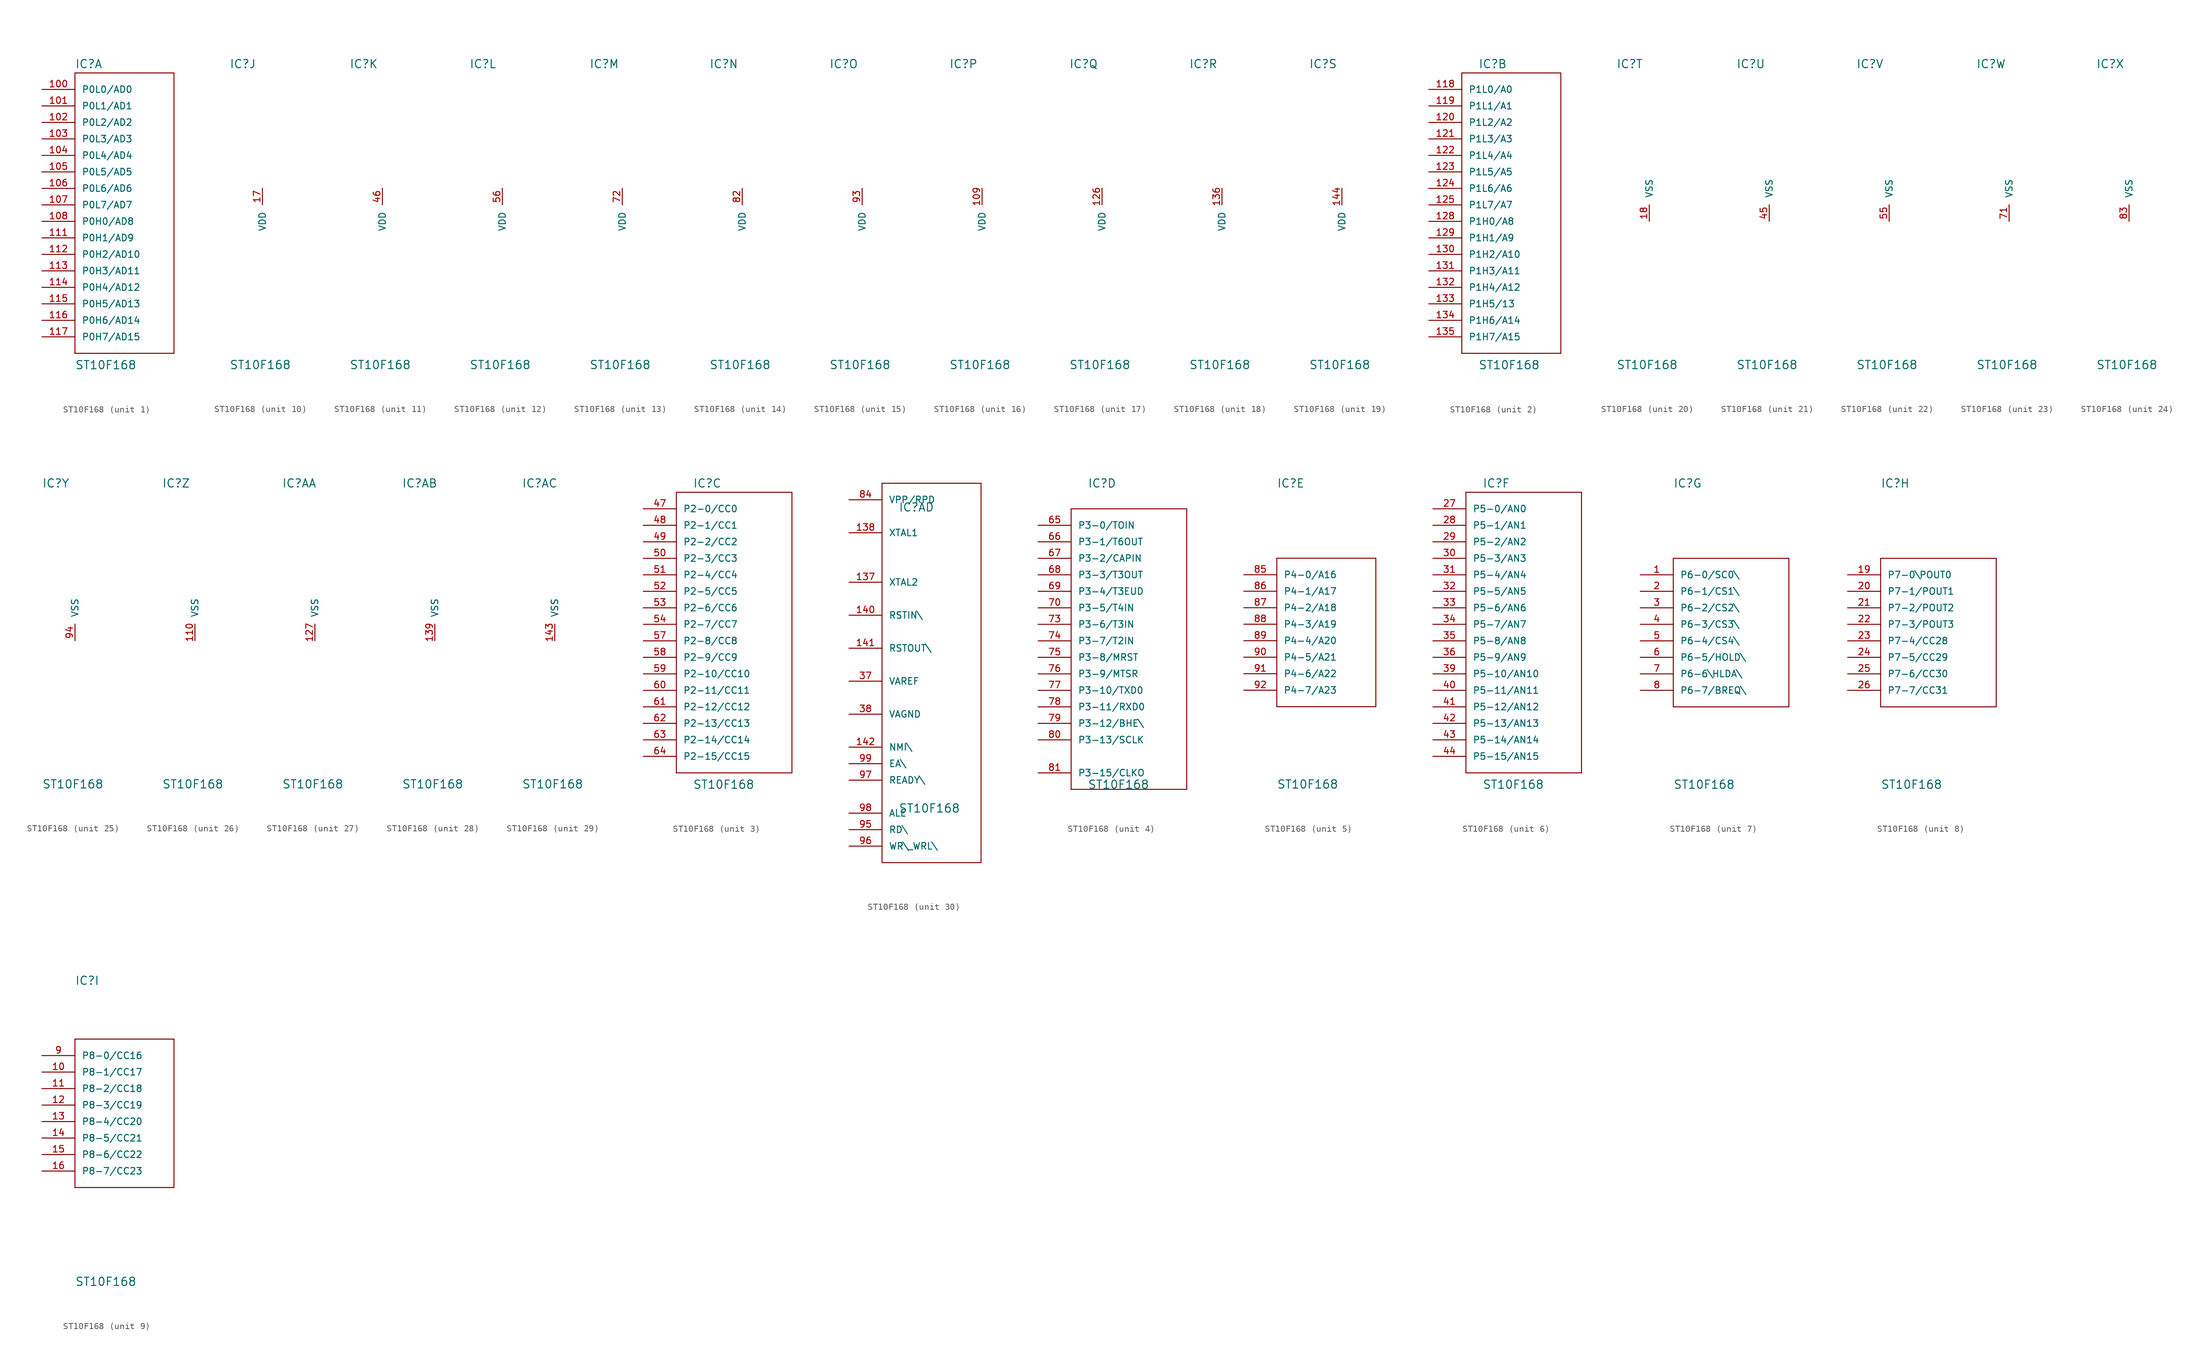
<source format=kicad_sym>
(kicad_symbol_lib
  (version 20211014)
  (generator kicad_symbol_editor)
  (symbol "ST10F168"
    (pin_names
      (offset 1.016))
    (property "Reference" "IC"
      (at -5.08 20.955 0)
      (effects (font (size 1.27 1.27)) (justify left bottom)))
    (property "Value" "ST10F168"
      (at -5.08 -25.4 0)
      (effects (font (size 1.27 1.27)) (justify left bottom)))
    (property "ki_locked" ""
      (at 0 0 0)
      (effects (font (size 1.27 1.27))))
    (symbol "ST10F168_1_0"
      (polyline (pts (xy -5.08 -22.86) (xy 10.16 -22.86)) (stroke (width 0) (type default) (color 0 0 0 0)) (fill (type none)))
      (polyline (pts (xy -5.08 20.32) (xy -5.08 -22.86)) (stroke (width 0) (type default) (color 0 0 0 0)) (fill (type none)))
      (polyline (pts (xy 10.16 -22.86) (xy 10.16 20.32)) (stroke (width 0) (type default) (color 0 0 0 0)) (fill (type none)))
      (polyline (pts (xy 10.16 20.32) (xy -5.08 20.32)) (stroke (width 0) (type default) (color 0 0 0 0)) (fill (type none))))
    (symbol "ST10F168_1_1"
      (pin bidirectional line (at -10.16 17.78 0) (length 5.08) (name "P0L0/AD0" (effects (font (size 1.016 1.016)))) (number "100" (effects (font (size 1.016 1.016)))))
      (pin bidirectional line (at -10.16 15.24 0) (length 5.08) (name "P0L1/AD1" (effects (font (size 1.016 1.016)))) (number "101" (effects (font (size 1.016 1.016)))))
      (pin bidirectional line (at -10.16 12.7 0) (length 5.08) (name "P0L2/AD2" (effects (font (size 1.016 1.016)))) (number "102" (effects (font (size 1.016 1.016)))))
      (pin bidirectional line (at -10.16 10.16 0) (length 5.08) (name "P0L3/AD3" (effects (font (size 1.016 1.016)))) (number "103" (effects (font (size 1.016 1.016)))))
      (pin bidirectional line (at -10.16 7.62 0) (length 5.08) (name "P0L4/AD4" (effects (font (size 1.016 1.016)))) (number "104" (effects (font (size 1.016 1.016)))))
      (pin bidirectional line (at -10.16 5.08 0) (length 5.08) (name "P0L5/AD5" (effects (font (size 1.016 1.016)))) (number "105" (effects (font (size 1.016 1.016)))))
      (pin bidirectional line (at -10.16 2.54 0) (length 5.08) (name "P0L6/AD6" (effects (font (size 1.016 1.016)))) (number "106" (effects (font (size 1.016 1.016)))))
      (pin bidirectional line (at -10.16 0 0) (length 5.08) (name "P0L7/AD7" (effects (font (size 1.016 1.016)))) (number "107" (effects (font (size 1.016 1.016)))))
      (pin bidirectional line (at -10.16 -2.54 0) (length 5.08) (name "P0H0/AD8" (effects (font (size 1.016 1.016)))) (number "108" (effects (font (size 1.016 1.016)))))
      (pin bidirectional line (at -10.16 -5.08 0) (length 5.08) (name "P0H1/AD9" (effects (font (size 1.016 1.016)))) (number "111" (effects (font (size 1.016 1.016)))))
      (pin bidirectional line (at -10.16 -7.62 0) (length 5.08) (name "P0H2/AD10" (effects (font (size 1.016 1.016)))) (number "112" (effects (font (size 1.016 1.016)))))
      (pin bidirectional line (at -10.16 -10.16 0) (length 5.08) (name "P0H3/AD11" (effects (font (size 1.016 1.016)))) (number "113" (effects (font (size 1.016 1.016)))))
      (pin bidirectional line (at -10.16 -12.7 0) (length 5.08) (name "P0H4/AD12" (effects (font (size 1.016 1.016)))) (number "114" (effects (font (size 1.016 1.016)))))
      (pin bidirectional line (at -10.16 -15.24 0) (length 5.08) (name "P0H5/AD13" (effects (font (size 1.016 1.016)))) (number "115" (effects (font (size 1.016 1.016)))))
      (pin bidirectional line (at -10.16 -17.78 0) (length 5.08) (name "P0H6/AD14" (effects (font (size 1.016 1.016)))) (number "116" (effects (font (size 1.016 1.016)))))
      (pin bidirectional line (at -10.16 -20.32 0) (length 5.08) (name "P0H7/AD15" (effects (font (size 1.016 1.016)))) (number "117" (effects (font (size 1.016 1.016))))))
    (symbol "ST10F168_2_0"
      (polyline (pts (xy -7.62 -22.86) (xy 7.62 -22.86)) (stroke (width 0) (type default) (color 0 0 0 0)) (fill (type none)))
      (polyline (pts (xy -7.62 20.32) (xy -7.62 -22.86)) (stroke (width 0) (type default) (color 0 0 0 0)) (fill (type none)))
      (polyline (pts (xy 7.62 -22.86) (xy 7.62 20.32)) (stroke (width 0) (type default) (color 0 0 0 0)) (fill (type none)))
      (polyline (pts (xy 7.62 20.32) (xy -7.62 20.32)) (stroke (width 0) (type default) (color 0 0 0 0)) (fill (type none))))
    (symbol "ST10F168_2_1"
      (pin bidirectional line (at -12.7 17.78 0) (length 5.08) (name "P1L0/A0" (effects (font (size 1.016 1.016)))) (number "118" (effects (font (size 1.016 1.016)))))
      (pin bidirectional line (at -12.7 15.24 0) (length 5.08) (name "P1L1/A1" (effects (font (size 1.016 1.016)))) (number "119" (effects (font (size 1.016 1.016)))))
      (pin bidirectional line (at -12.7 12.7 0) (length 5.08) (name "P1L2/A2" (effects (font (size 1.016 1.016)))) (number "120" (effects (font (size 1.016 1.016)))))
      (pin bidirectional line (at -12.7 10.16 0) (length 5.08) (name "P1L3/A3" (effects (font (size 1.016 1.016)))) (number "121" (effects (font (size 1.016 1.016)))))
      (pin bidirectional line (at -12.7 7.62 0) (length 5.08) (name "P1L4/A4" (effects (font (size 1.016 1.016)))) (number "122" (effects (font (size 1.016 1.016)))))
      (pin bidirectional line (at -12.7 5.08 0) (length 5.08) (name "P1L5/A5" (effects (font (size 1.016 1.016)))) (number "123" (effects (font (size 1.016 1.016)))))
      (pin bidirectional line (at -12.7 2.54 0) (length 5.08) (name "P1L6/A6" (effects (font (size 1.016 1.016)))) (number "124" (effects (font (size 1.016 1.016)))))
      (pin bidirectional line (at -12.7 0 0) (length 5.08) (name "P1L7/A7" (effects (font (size 1.016 1.016)))) (number "125" (effects (font (size 1.016 1.016)))))
      (pin bidirectional line (at -12.7 -2.54 0) (length 5.08) (name "P1H0/A8" (effects (font (size 1.016 1.016)))) (number "128" (effects (font (size 1.016 1.016)))))
      (pin bidirectional line (at -12.7 -5.08 0) (length 5.08) (name "P1H1/A9" (effects (font (size 1.016 1.016)))) (number "129" (effects (font (size 1.016 1.016)))))
      (pin bidirectional line (at -12.7 -7.62 0) (length 5.08) (name "P1H2/A10" (effects (font (size 1.016 1.016)))) (number "130" (effects (font (size 1.016 1.016)))))
      (pin bidirectional line (at -12.7 -10.16 0) (length 5.08) (name "P1H3/A11" (effects (font (size 1.016 1.016)))) (number "131" (effects (font (size 1.016 1.016)))))
      (pin bidirectional line (at -12.7 -12.7 0) (length 5.08) (name "P1H4/A12" (effects (font (size 1.016 1.016)))) (number "132" (effects (font (size 1.016 1.016)))))
      (pin bidirectional line (at -12.7 -15.24 0) (length 5.08) (name "P1H5/13" (effects (font (size 1.016 1.016)))) (number "133" (effects (font (size 1.016 1.016)))))
      (pin bidirectional line (at -12.7 -17.78 0) (length 5.08) (name "P1H6/A14" (effects (font (size 1.016 1.016)))) (number "134" (effects (font (size 1.016 1.016)))))
      (pin bidirectional line (at -12.7 -20.32 0) (length 5.08) (name "P1H7/A15" (effects (font (size 1.016 1.016)))) (number "135" (effects (font (size 1.016 1.016))))))
    (symbol "ST10F168_3_0"
      (polyline (pts (xy -7.62 -22.86) (xy -7.62 20.32)) (stroke (width 0) (type default) (color 0 0 0 0)) (fill (type none)))
      (polyline (pts (xy -7.62 20.32) (xy 10.16 20.32)) (stroke (width 0) (type default) (color 0 0 0 0)) (fill (type none)))
      (polyline (pts (xy 10.16 -22.86) (xy -7.62 -22.86)) (stroke (width 0) (type default) (color 0 0 0 0)) (fill (type none)))
      (polyline (pts (xy 10.16 20.32) (xy 10.16 -22.86)) (stroke (width 0) (type default) (color 0 0 0 0)) (fill (type none))))
    (symbol "ST10F168_3_1"
      (pin bidirectional line (at -12.7 17.78 0) (length 5.08) (name "P2-0/CC0" (effects (font (size 1.016 1.016)))) (number "47" (effects (font (size 1.016 1.016)))))
      (pin bidirectional line (at -12.7 15.24 0) (length 5.08) (name "P2-1/CC1" (effects (font (size 1.016 1.016)))) (number "48" (effects (font (size 1.016 1.016)))))
      (pin bidirectional line (at -12.7 12.7 0) (length 5.08) (name "P2-2/CC2" (effects (font (size 1.016 1.016)))) (number "49" (effects (font (size 1.016 1.016)))))
      (pin bidirectional line (at -12.7 10.16 0) (length 5.08) (name "P2-3/CC3" (effects (font (size 1.016 1.016)))) (number "50" (effects (font (size 1.016 1.016)))))
      (pin bidirectional line (at -12.7 7.62 0) (length 5.08) (name "P2-4/CC4" (effects (font (size 1.016 1.016)))) (number "51" (effects (font (size 1.016 1.016)))))
      (pin bidirectional line (at -12.7 5.08 0) (length 5.08) (name "P2-5/CC5" (effects (font (size 1.016 1.016)))) (number "52" (effects (font (size 1.016 1.016)))))
      (pin bidirectional line (at -12.7 2.54 0) (length 5.08) (name "P2-6/CC6" (effects (font (size 1.016 1.016)))) (number "53" (effects (font (size 1.016 1.016)))))
      (pin bidirectional line (at -12.7 0 0) (length 5.08) (name "P2-7/CC7" (effects (font (size 1.016 1.016)))) (number "54" (effects (font (size 1.016 1.016)))))
      (pin bidirectional line (at -12.7 -2.54 0) (length 5.08) (name "P2-8/CC8" (effects (font (size 1.016 1.016)))) (number "57" (effects (font (size 1.016 1.016)))))
      (pin bidirectional line (at -12.7 -5.08 0) (length 5.08) (name "P2-9/CC9" (effects (font (size 1.016 1.016)))) (number "58" (effects (font (size 1.016 1.016)))))
      (pin bidirectional line (at -12.7 -7.62 0) (length 5.08) (name "P2-10/CC10" (effects (font (size 1.016 1.016)))) (number "59" (effects (font (size 1.016 1.016)))))
      (pin bidirectional line (at -12.7 -10.16 0) (length 5.08) (name "P2-11/CC11" (effects (font (size 1.016 1.016)))) (number "60" (effects (font (size 1.016 1.016)))))
      (pin bidirectional line (at -12.7 -12.7 0) (length 5.08) (name "P2-12/CC12" (effects (font (size 1.016 1.016)))) (number "61" (effects (font (size 1.016 1.016)))))
      (pin bidirectional line (at -12.7 -15.24 0) (length 5.08) (name "P2-13/CC13" (effects (font (size 1.016 1.016)))) (number "62" (effects (font (size 1.016 1.016)))))
      (pin bidirectional line (at -12.7 -17.78 0) (length 5.08) (name "P2-14/CC14" (effects (font (size 1.016 1.016)))) (number "63" (effects (font (size 1.016 1.016)))))
      (pin bidirectional line (at -12.7 -20.32 0) (length 5.08) (name "P2-15/CC15" (effects (font (size 1.016 1.016)))) (number "64" (effects (font (size 1.016 1.016))))))
    (symbol "ST10F168_4_0"
      (polyline (pts (xy -7.62 -25.4) (xy 10.16 -25.4)) (stroke (width 0) (type default) (color 0 0 0 0)) (fill (type none)))
      (polyline (pts (xy -7.62 17.78) (xy -7.62 -25.4)) (stroke (width 0) (type default) (color 0 0 0 0)) (fill (type none)))
      (polyline (pts (xy 10.16 -25.4) (xy 10.16 17.78)) (stroke (width 0) (type default) (color 0 0 0 0)) (fill (type none)))
      (polyline (pts (xy 10.16 17.78) (xy -7.62 17.78)) (stroke (width 0) (type default) (color 0 0 0 0)) (fill (type none))))
    (symbol "ST10F168_4_1"
      (pin bidirectional line (at -12.7 15.24 0) (length 5.08) (name "P3-0/TOIN" (effects (font (size 1.016 1.016)))) (number "65" (effects (font (size 1.016 1.016)))))
      (pin bidirectional line (at -12.7 12.7 0) (length 5.08) (name "P3-1/T6OUT" (effects (font (size 1.016 1.016)))) (number "66" (effects (font (size 1.016 1.016)))))
      (pin bidirectional line (at -12.7 10.16 0) (length 5.08) (name "P3-2/CAPIN" (effects (font (size 1.016 1.016)))) (number "67" (effects (font (size 1.016 1.016)))))
      (pin bidirectional line (at -12.7 7.62 0) (length 5.08) (name "P3-3/T3OUT" (effects (font (size 1.016 1.016)))) (number "68" (effects (font (size 1.016 1.016)))))
      (pin bidirectional line (at -12.7 5.08 0) (length 5.08) (name "P3-4/T3EUD" (effects (font (size 1.016 1.016)))) (number "69" (effects (font (size 1.016 1.016)))))
      (pin bidirectional line (at -12.7 2.54 0) (length 5.08) (name "P3-5/T4IN" (effects (font (size 1.016 1.016)))) (number "70" (effects (font (size 1.016 1.016)))))
      (pin bidirectional line (at -12.7 0 0) (length 5.08) (name "P3-6/T3IN" (effects (font (size 1.016 1.016)))) (number "73" (effects (font (size 1.016 1.016)))))
      (pin bidirectional line (at -12.7 -2.54 0) (length 5.08) (name "P3-7/T2IN" (effects (font (size 1.016 1.016)))) (number "74" (effects (font (size 1.016 1.016)))))
      (pin bidirectional line (at -12.7 -5.08 0) (length 5.08) (name "P3-8/MRST" (effects (font (size 1.016 1.016)))) (number "75" (effects (font (size 1.016 1.016)))))
      (pin bidirectional line (at -12.7 -7.62 0) (length 5.08) (name "P3-9/MTSR" (effects (font (size 1.016 1.016)))) (number "76" (effects (font (size 1.016 1.016)))))
      (pin bidirectional line (at -12.7 -10.16 0) (length 5.08) (name "P3-10/TXD0" (effects (font (size 1.016 1.016)))) (number "77" (effects (font (size 1.016 1.016)))))
      (pin bidirectional line (at -12.7 -12.7 0) (length 5.08) (name "P3-11/RXD0" (effects (font (size 1.016 1.016)))) (number "78" (effects (font (size 1.016 1.016)))))
      (pin bidirectional line (at -12.7 -15.24 0) (length 5.08) (name "P3-12/BHE\\" (effects (font (size 1.016 1.016)))) (number "79" (effects (font (size 1.016 1.016)))))
      (pin bidirectional line (at -12.7 -17.78 0) (length 5.08) (name "P3-13/SCLK" (effects (font (size 1.016 1.016)))) (number "80" (effects (font (size 1.016 1.016)))))
      (pin bidirectional line (at -12.7 -22.86 0) (length 5.08) (name "P3-15/CLKO" (effects (font (size 1.016 1.016)))) (number "81" (effects (font (size 1.016 1.016))))))
    (symbol "ST10F168_5_0"
      (polyline (pts (xy -5.08 -12.7) (xy 10.16 -12.7)) (stroke (width 0) (type default) (color 0 0 0 0)) (fill (type none)))
      (polyline (pts (xy -5.08 10.16) (xy -5.08 -12.7)) (stroke (width 0) (type default) (color 0 0 0 0)) (fill (type none)))
      (polyline (pts (xy 10.16 -12.7) (xy 10.16 10.16)) (stroke (width 0) (type default) (color 0 0 0 0)) (fill (type none)))
      (polyline (pts (xy 10.16 10.16) (xy -5.08 10.16)) (stroke (width 0) (type default) (color 0 0 0 0)) (fill (type none))))
    (symbol "ST10F168_5_1"
      (pin bidirectional line (at -10.16 7.62 0) (length 5.08) (name "P4-0/A16" (effects (font (size 1.016 1.016)))) (number "85" (effects (font (size 1.016 1.016)))))
      (pin bidirectional line (at -10.16 5.08 0) (length 5.08) (name "P4-1/A17" (effects (font (size 1.016 1.016)))) (number "86" (effects (font (size 1.016 1.016)))))
      (pin bidirectional line (at -10.16 2.54 0) (length 5.08) (name "P4-2/A18" (effects (font (size 1.016 1.016)))) (number "87" (effects (font (size 1.016 1.016)))))
      (pin bidirectional line (at -10.16 0 0) (length 5.08) (name "P4-3/A19" (effects (font (size 1.016 1.016)))) (number "88" (effects (font (size 1.016 1.016)))))
      (pin bidirectional line (at -10.16 -2.54 0) (length 5.08) (name "P4-4/A20" (effects (font (size 1.016 1.016)))) (number "89" (effects (font (size 1.016 1.016)))))
      (pin bidirectional line (at -10.16 -5.08 0) (length 5.08) (name "P4-5/A21" (effects (font (size 1.016 1.016)))) (number "90" (effects (font (size 1.016 1.016)))))
      (pin bidirectional line (at -10.16 -7.62 0) (length 5.08) (name "P4-6/A22" (effects (font (size 1.016 1.016)))) (number "91" (effects (font (size 1.016 1.016)))))
      (pin bidirectional line (at -10.16 -10.16 0) (length 5.08) (name "P4-7/A23" (effects (font (size 1.016 1.016)))) (number "92" (effects (font (size 1.016 1.016))))))
    (symbol "ST10F168_6_0"
      (polyline (pts (xy -7.62 -22.86) (xy 10.16 -22.86)) (stroke (width 0) (type default) (color 0 0 0 0)) (fill (type none)))
      (polyline (pts (xy -7.62 20.32) (xy -7.62 -22.86)) (stroke (width 0) (type default) (color 0 0 0 0)) (fill (type none)))
      (polyline (pts (xy 10.16 -22.86) (xy 10.16 20.32)) (stroke (width 0) (type default) (color 0 0 0 0)) (fill (type none)))
      (polyline (pts (xy 10.16 20.32) (xy -7.62 20.32)) (stroke (width 0) (type default) (color 0 0 0 0)) (fill (type none))))
    (symbol "ST10F168_6_1"
      (pin input line (at -12.7 17.78 0) (length 5.08) (name "P5-0/AN0" (effects (font (size 1.016 1.016)))) (number "27" (effects (font (size 1.016 1.016)))))
      (pin input line (at -12.7 15.24 0) (length 5.08) (name "P5-1/AN1" (effects (font (size 1.016 1.016)))) (number "28" (effects (font (size 1.016 1.016)))))
      (pin input line (at -12.7 12.7 0) (length 5.08) (name "P5-2/AN2" (effects (font (size 1.016 1.016)))) (number "29" (effects (font (size 1.016 1.016)))))
      (pin input line (at -12.7 10.16 0) (length 5.08) (name "P5-3/AN3" (effects (font (size 1.016 1.016)))) (number "30" (effects (font (size 1.016 1.016)))))
      (pin input line (at -12.7 7.62 0) (length 5.08) (name "P5-4/AN4" (effects (font (size 1.016 1.016)))) (number "31" (effects (font (size 1.016 1.016)))))
      (pin input line (at -12.7 5.08 0) (length 5.08) (name "P5-5/AN5" (effects (font (size 1.016 1.016)))) (number "32" (effects (font (size 1.016 1.016)))))
      (pin input line (at -12.7 2.54 0) (length 5.08) (name "P5-6/AN6" (effects (font (size 1.016 1.016)))) (number "33" (effects (font (size 1.016 1.016)))))
      (pin input line (at -12.7 0 0) (length 5.08) (name "P5-7/AN7" (effects (font (size 1.016 1.016)))) (number "34" (effects (font (size 1.016 1.016)))))
      (pin input line (at -12.7 -2.54 0) (length 5.08) (name "P5-8/AN8" (effects (font (size 1.016 1.016)))) (number "35" (effects (font (size 1.016 1.016)))))
      (pin input line (at -12.7 -5.08 0) (length 5.08) (name "P5-9/AN9" (effects (font (size 1.016 1.016)))) (number "36" (effects (font (size 1.016 1.016)))))
      (pin input line (at -12.7 -7.62 0) (length 5.08) (name "P5-10/AN10" (effects (font (size 1.016 1.016)))) (number "39" (effects (font (size 1.016 1.016)))))
      (pin input line (at -12.7 -10.16 0) (length 5.08) (name "P5-11/AN11" (effects (font (size 1.016 1.016)))) (number "40" (effects (font (size 1.016 1.016)))))
      (pin input line (at -12.7 -12.7 0) (length 5.08) (name "P5-12/AN12" (effects (font (size 1.016 1.016)))) (number "41" (effects (font (size 1.016 1.016)))))
      (pin input line (at -12.7 -15.24 0) (length 5.08) (name "P5-13/AN13" (effects (font (size 1.016 1.016)))) (number "42" (effects (font (size 1.016 1.016)))))
      (pin input line (at -12.7 -17.78 0) (length 5.08) (name "P5-14/AN14" (effects (font (size 1.016 1.016)))) (number "43" (effects (font (size 1.016 1.016)))))
      (pin input line (at -12.7 -20.32 0) (length 5.08) (name "P5-15/AN15" (effects (font (size 1.016 1.016)))) (number "44" (effects (font (size 1.016 1.016))))))
    (symbol "ST10F168_7_0"
      (polyline (pts (xy -5.08 -12.7) (xy 12.7 -12.7)) (stroke (width 0) (type default) (color 0 0 0 0)) (fill (type none)))
      (polyline (pts (xy -5.08 10.16) (xy -5.08 -12.7)) (stroke (width 0) (type default) (color 0 0 0 0)) (fill (type none)))
      (polyline (pts (xy 12.7 -12.7) (xy 12.7 10.16)) (stroke (width 0) (type default) (color 0 0 0 0)) (fill (type none)))
      (polyline (pts (xy 12.7 10.16) (xy -5.08 10.16)) (stroke (width 0) (type default) (color 0 0 0 0)) (fill (type none))))
    (symbol "ST10F168_7_1"
      (pin bidirectional line (at -10.16 7.62 0) (length 5.08) (name "P6-0/SC0\\" (effects (font (size 1.016 1.016)))) (number "1" (effects (font (size 1.016 1.016)))))
      (pin bidirectional line (at -10.16 5.08 0) (length 5.08) (name "P6-1/CS1\\" (effects (font (size 1.016 1.016)))) (number "2" (effects (font (size 1.016 1.016)))))
      (pin bidirectional line (at -10.16 2.54 0) (length 5.08) (name "P6-2/CS2\\" (effects (font (size 1.016 1.016)))) (number "3" (effects (font (size 1.016 1.016)))))
      (pin bidirectional line (at -10.16 0 0) (length 5.08) (name "P6-3/CS3\\" (effects (font (size 1.016 1.016)))) (number "4" (effects (font (size 1.016 1.016)))))
      (pin bidirectional line (at -10.16 -2.54 0) (length 5.08) (name "P6-4/CS4\\" (effects (font (size 1.016 1.016)))) (number "5" (effects (font (size 1.016 1.016)))))
      (pin bidirectional line (at -10.16 -5.08 0) (length 5.08) (name "P6-5/HOLD\\" (effects (font (size 1.016 1.016)))) (number "6" (effects (font (size 1.016 1.016)))))
      (pin bidirectional line (at -10.16 -7.62 0) (length 5.08) (name "P6-6\\HLDA\\" (effects (font (size 1.016 1.016)))) (number "7" (effects (font (size 1.016 1.016)))))
      (pin bidirectional line (at -10.16 -10.16 0) (length 5.08) (name "P6-7/BREQ\\" (effects (font (size 1.016 1.016)))) (number "8" (effects (font (size 1.016 1.016))))))
    (symbol "ST10F168_8_0"
      (polyline (pts (xy -5.08 -12.7) (xy 12.7 -12.7)) (stroke (width 0) (type default) (color 0 0 0 0)) (fill (type none)))
      (polyline (pts (xy -5.08 10.16) (xy -5.08 -12.7)) (stroke (width 0) (type default) (color 0 0 0 0)) (fill (type none)))
      (polyline (pts (xy 12.7 -12.7) (xy 12.7 10.16)) (stroke (width 0) (type default) (color 0 0 0 0)) (fill (type none)))
      (polyline (pts (xy 12.7 10.16) (xy -5.08 10.16)) (stroke (width 0) (type default) (color 0 0 0 0)) (fill (type none))))
    (symbol "ST10F168_8_1"
      (pin bidirectional line (at -10.16 7.62 0) (length 5.08) (name "P7-0\\POUT0" (effects (font (size 1.016 1.016)))) (number "19" (effects (font (size 1.016 1.016)))))
      (pin bidirectional line (at -10.16 5.08 0) (length 5.08) (name "P7-1/POUT1" (effects (font (size 1.016 1.016)))) (number "20" (effects (font (size 1.016 1.016)))))
      (pin bidirectional line (at -10.16 2.54 0) (length 5.08) (name "P7-2/POUT2" (effects (font (size 1.016 1.016)))) (number "21" (effects (font (size 1.016 1.016)))))
      (pin bidirectional line (at -10.16 0 0) (length 5.08) (name "P7-3/POUT3" (effects (font (size 1.016 1.016)))) (number "22" (effects (font (size 1.016 1.016)))))
      (pin bidirectional line (at -10.16 -2.54 0) (length 5.08) (name "P7-4/CC28" (effects (font (size 1.016 1.016)))) (number "23" (effects (font (size 1.016 1.016)))))
      (pin bidirectional line (at -10.16 -5.08 0) (length 5.08) (name "P7-5/CC29" (effects (font (size 1.016 1.016)))) (number "24" (effects (font (size 1.016 1.016)))))
      (pin bidirectional line (at -10.16 -7.62 0) (length 5.08) (name "P7-6/CC30" (effects (font (size 1.016 1.016)))) (number "25" (effects (font (size 1.016 1.016)))))
      (pin bidirectional line (at -10.16 -10.16 0) (length 5.08) (name "P7-7/CC31" (effects (font (size 1.016 1.016)))) (number "26" (effects (font (size 1.016 1.016))))))
    (symbol "ST10F168_9_0"
      (polyline (pts (xy -5.08 -10.16) (xy 10.16 -10.16)) (stroke (width 0) (type default) (color 0 0 0 0)) (fill (type none)))
      (polyline (pts (xy -5.08 12.7) (xy -5.08 -10.16)) (stroke (width 0) (type default) (color 0 0 0 0)) (fill (type none)))
      (polyline (pts (xy 10.16 -10.16) (xy 10.16 12.7)) (stroke (width 0) (type default) (color 0 0 0 0)) (fill (type none)))
      (polyline (pts (xy 10.16 12.7) (xy -5.08 12.7)) (stroke (width 0) (type default) (color 0 0 0 0)) (fill (type none))))
    (symbol "ST10F168_9_1"
      (pin bidirectional line (at -10.16 7.62 0) (length 5.08) (name "P8-1/CC17" (effects (font (size 1.016 1.016)))) (number "10" (effects (font (size 1.016 1.016)))))
      (pin bidirectional line (at -10.16 5.08 0) (length 5.08) (name "P8-2/CC18" (effects (font (size 1.016 1.016)))) (number "11" (effects (font (size 1.016 1.016)))))
      (pin bidirectional line (at -10.16 2.54 0) (length 5.08) (name "P8-3/CC19" (effects (font (size 1.016 1.016)))) (number "12" (effects (font (size 1.016 1.016)))))
      (pin bidirectional line (at -10.16 0 0) (length 5.08) (name "P8-4/CC20" (effects (font (size 1.016 1.016)))) (number "13" (effects (font (size 1.016 1.016)))))
      (pin bidirectional line (at -10.16 -2.54 0) (length 5.08) (name "P8-5/CC21" (effects (font (size 1.016 1.016)))) (number "14" (effects (font (size 1.016 1.016)))))
      (pin bidirectional line (at -10.16 -5.08 0) (length 5.08) (name "P8-6/CC22" (effects (font (size 1.016 1.016)))) (number "15" (effects (font (size 1.016 1.016)))))
      (pin bidirectional line (at -10.16 -7.62 0) (length 5.08) (name "P8-7/CC23" (effects (font (size 1.016 1.016)))) (number "16" (effects (font (size 1.016 1.016)))))
      (pin bidirectional line (at -10.16 10.16 0) (length 5.08) (name "P8-0/CC16" (effects (font (size 1.016 1.016)))) (number "9" (effects (font (size 1.016 1.016))))))
    (symbol "ST10F168_10_1"
      (pin power_in line (at 0 2.54 270) (length 2.54) (name "VDD" (effects (font (size 1.016 1.016)))) (number "17" (effects (font (size 1.016 1.016))))))
    (symbol "ST10F168_11_1"
      (pin power_in line (at 0 2.54 270) (length 2.54) (name "VDD" (effects (font (size 1.016 1.016)))) (number "46" (effects (font (size 1.016 1.016))))))
    (symbol "ST10F168_12_1"
      (pin power_in line (at 0 2.54 270) (length 2.54) (name "VDD" (effects (font (size 1.016 1.016)))) (number "56" (effects (font (size 1.016 1.016))))))
    (symbol "ST10F168_13_1"
      (pin power_in line (at 0 2.54 270) (length 2.54) (name "VDD" (effects (font (size 1.016 1.016)))) (number "72" (effects (font (size 1.016 1.016))))))
    (symbol "ST10F168_14_1"
      (pin power_in line (at 0 2.54 270) (length 2.54) (name "VDD" (effects (font (size 1.016 1.016)))) (number "82" (effects (font (size 1.016 1.016))))))
    (symbol "ST10F168_15_1"
      (pin power_in line (at 0 2.54 270) (length 2.54) (name "VDD" (effects (font (size 1.016 1.016)))) (number "93" (effects (font (size 1.016 1.016))))))
    (symbol "ST10F168_16_1"
      (pin power_in line (at 0 2.54 270) (length 2.54) (name "VDD" (effects (font (size 1.016 1.016)))) (number "109" (effects (font (size 1.016 1.016))))))
    (symbol "ST10F168_17_1"
      (pin power_in line (at 0 2.54 270) (length 2.54) (name "VDD" (effects (font (size 1.016 1.016)))) (number "126" (effects (font (size 1.016 1.016))))))
    (symbol "ST10F168_18_1"
      (pin power_in line (at 0 2.54 270) (length 2.54) (name "VDD" (effects (font (size 1.016 1.016)))) (number "136" (effects (font (size 1.016 1.016))))))
    (symbol "ST10F168_19_1"
      (pin power_in line (at 0 2.54 270) (length 2.54) (name "VDD" (effects (font (size 1.016 1.016)))) (number "144" (effects (font (size 1.016 1.016))))))
    (symbol "ST10F168_20_1"
      (pin power_in line (at 0 -2.54 90) (length 2.54) (name "VSS" (effects (font (size 1.016 1.016)))) (number "18" (effects (font (size 1.016 1.016))))))
    (symbol "ST10F168_21_1"
      (pin power_in line (at 0 -2.54 90) (length 2.54) (name "VSS" (effects (font (size 1.016 1.016)))) (number "45" (effects (font (size 1.016 1.016))))))
    (symbol "ST10F168_22_1"
      (pin power_in line (at 0 -2.54 90) (length 2.54) (name "VSS" (effects (font (size 1.016 1.016)))) (number "55" (effects (font (size 1.016 1.016))))))
    (symbol "ST10F168_23_1"
      (pin power_in line (at 0 -2.54 90) (length 2.54) (name "VSS" (effects (font (size 1.016 1.016)))) (number "71" (effects (font (size 1.016 1.016))))))
    (symbol "ST10F168_24_1"
      (pin power_in line (at 0 -2.54 90) (length 2.54) (name "VSS" (effects (font (size 1.016 1.016)))) (number "83" (effects (font (size 1.016 1.016))))))
    (symbol "ST10F168_25_1"
      (pin power_in line (at 0 -2.54 90) (length 2.54) (name "VSS" (effects (font (size 1.016 1.016)))) (number "94" (effects (font (size 1.016 1.016))))))
    (symbol "ST10F168_26_1"
      (pin power_in line (at 0 -2.54 90) (length 2.54) (name "VSS" (effects (font (size 1.016 1.016)))) (number "110" (effects (font (size 1.016 1.016))))))
    (symbol "ST10F168_27_1"
      (pin power_in line (at 0 -2.54 90) (length 2.54) (name "VSS" (effects (font (size 1.016 1.016)))) (number "127" (effects (font (size 1.016 1.016))))))
    (symbol "ST10F168_28_1"
      (pin power_in line (at 0 -2.54 90) (length 2.54) (name "VSS" (effects (font (size 1.016 1.016)))) (number "139" (effects (font (size 1.016 1.016))))))
    (symbol "ST10F168_29_1"
      (pin power_in line (at 0 -2.54 90) (length 2.54) (name "VSS" (effects (font (size 1.016 1.016)))) (number "143" (effects (font (size 1.016 1.016))))))
    (symbol "ST10F168_30_0"
      (polyline (pts (xy -7.62 -33.02) (xy 7.62 -33.02)) (stroke (width 0) (type default) (color 0 0 0 0)) (fill (type none)))
      (polyline (pts (xy -7.62 25.4) (xy -7.62 -33.02)) (stroke (width 0) (type default) (color 0 0 0 0)) (fill (type none)))
      (polyline (pts (xy 7.62 -33.02) (xy 7.62 25.4)) (stroke (width 0) (type default) (color 0 0 0 0)) (fill (type none)))
      (polyline (pts (xy 7.62 25.4) (xy -7.62 25.4)) (stroke (width 0) (type default) (color 0 0 0 0)) (fill (type none))))
    (symbol "ST10F168_30_1"
      (pin output line (at -12.7 10.16 0) (length 5.08) (name "XTAL2" (effects (font (size 1.016 1.016)))) (number "137" (effects (font (size 1.016 1.016)))))
      (pin input line (at -12.7 17.78 0) (length 5.08) (name "XTAL1" (effects (font (size 1.016 1.016)))) (number "138" (effects (font (size 1.016 1.016)))))
      (pin input line (at -12.7 5.08 0) (length 5.08) (name "RSTIN\\" (effects (font (size 1.016 1.016)))) (number "140" (effects (font (size 1.016 1.016)))))
      (pin output line (at -12.7 0 0) (length 5.08) (name "RSTOUT\\" (effects (font (size 1.016 1.016)))) (number "141" (effects (font (size 1.016 1.016)))))
      (pin input line (at -12.7 -15.24 0) (length 5.08) (name "NMI\\" (effects (font (size 1.016 1.016)))) (number "142" (effects (font (size 1.016 1.016)))))
      (pin passive line (at -12.7 -5.08 0) (length 5.08) (name "VAREF" (effects (font (size 1.016 1.016)))) (number "37" (effects (font (size 1.016 1.016)))))
      (pin passive line (at -12.7 -10.16 0) (length 5.08) (name "VAGND" (effects (font (size 1.016 1.016)))) (number "38" (effects (font (size 1.016 1.016)))))
      (pin input line (at -12.7 22.86 0) (length 5.08) (name "VPP/RPD" (effects (font (size 1.016 1.016)))) (number "84" (effects (font (size 1.016 1.016)))))
      (pin output line (at -12.7 -27.94 0) (length 5.08) (name "RD\\" (effects (font (size 1.016 1.016)))) (number "95" (effects (font (size 1.016 1.016)))))
      (pin output line (at -12.7 -30.48 0) (length 5.08) (name "WR\\_WRL\\" (effects (font (size 1.016 1.016)))) (number "96" (effects (font (size 1.016 1.016)))))
      (pin input line (at -12.7 -20.32 0) (length 5.08) (name "READY\\" (effects (font (size 1.016 1.016)))) (number "97" (effects (font (size 1.016 1.016)))))
      (pin output line (at -12.7 -25.4 0) (length 5.08) (name "ALE" (effects (font (size 1.016 1.016)))) (number "98" (effects (font (size 1.016 1.016)))))
      (pin input line (at -12.7 -17.78 0) (length 5.08) (name "EA\\" (effects (font (size 1.016 1.016)))) (number "99" (effects (font (size 1.016 1.016))))))))
</source>
